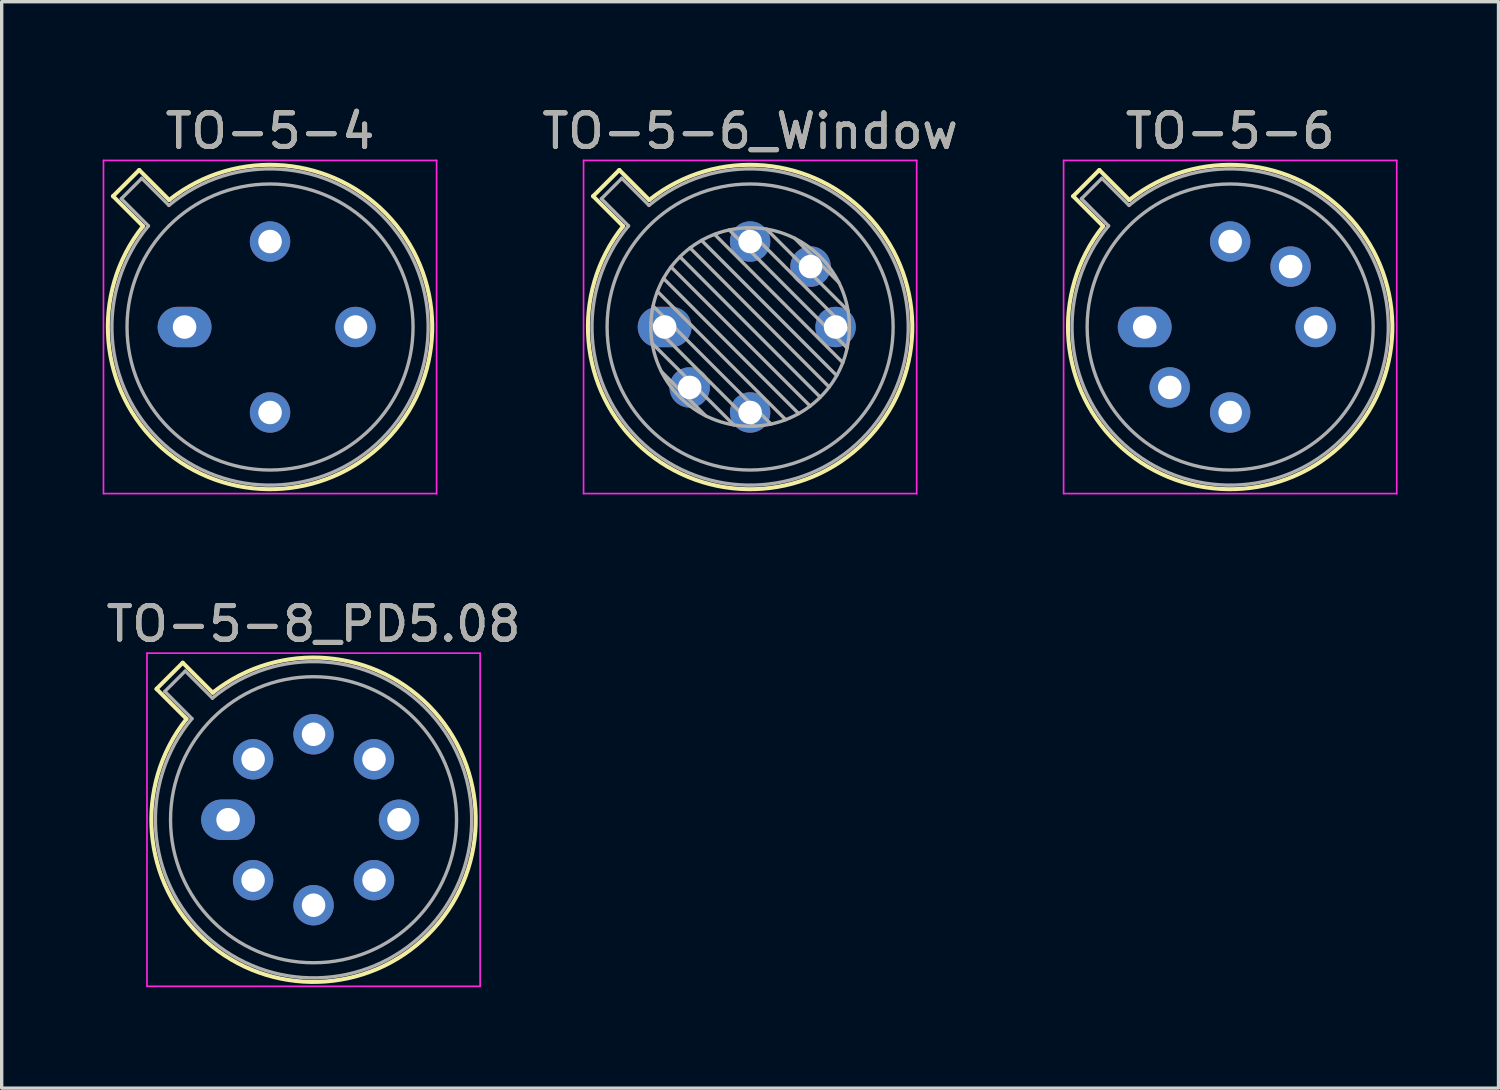
<source format=kicad_pcb>
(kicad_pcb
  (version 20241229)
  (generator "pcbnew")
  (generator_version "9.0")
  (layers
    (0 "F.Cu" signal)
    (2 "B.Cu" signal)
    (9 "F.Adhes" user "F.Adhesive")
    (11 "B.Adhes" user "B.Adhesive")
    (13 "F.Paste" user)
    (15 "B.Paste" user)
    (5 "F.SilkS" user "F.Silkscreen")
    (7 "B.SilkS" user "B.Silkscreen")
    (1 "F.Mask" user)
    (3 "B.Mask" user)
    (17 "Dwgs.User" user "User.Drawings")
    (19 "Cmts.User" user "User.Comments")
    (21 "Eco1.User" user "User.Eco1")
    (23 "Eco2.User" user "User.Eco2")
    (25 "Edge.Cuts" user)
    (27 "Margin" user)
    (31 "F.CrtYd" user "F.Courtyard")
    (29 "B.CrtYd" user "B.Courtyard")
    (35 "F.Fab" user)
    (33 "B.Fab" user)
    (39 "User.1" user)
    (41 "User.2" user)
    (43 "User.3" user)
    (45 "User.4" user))
  (footprint "TO-5-8_PD5.08"
    (layer "F.Cu")
    (at 3.728 21.311)
    (property "Reference" "TO-5-8_PD5.08" (at 2.54 -5.82 0) (layer "F.SilkS") (effects (font (size 1 1) (thickness 0.15))))
    (attr through_hole)
    (fp_line (start -2.126 -3.888) (end -1.235 -2.997) (stroke (width 0.12) (type solid)) (layer "F.SilkS"))
    (fp_line (start -1.348 -4.666) (end -2.126 -3.888) (stroke (width 0.12) (type solid)) (layer "F.SilkS"))
    (fp_line (start -0.457 -3.775) (end -1.348 -4.666) (stroke (width 0.12) (type solid)) (layer "F.SilkS"))
    (fp_arc (start -0.457084 -3.774902) (mid 5.948125 3.408384) (end -1.234674 -2.997371) (stroke (width 0.12) (type solid)) (layer "F.SilkS"))
    (fp_line (start -2.41 -4.95) (end -2.41 4.95) (stroke (width 0.05) (type solid)) (layer "F.CrtYd"))
    (fp_line (start -2.41 4.95) (end 7.49 4.95) (stroke (width 0.05) (type solid)) (layer "F.CrtYd"))
    (fp_line (start 7.49 -4.95) (end -2.41 -4.95) (stroke (width 0.05) (type solid)) (layer "F.CrtYd"))
    (fp_line (start 7.49 4.95) (end 7.49 -4.95) (stroke (width 0.05) (type solid)) (layer "F.CrtYd"))
    (fp_line (start -1.88 -3.812) (end -1.074 -3.005) (stroke (width 0.1) (type solid)) (layer "F.Fab"))
    (fp_line (start -1.272 -4.42) (end -1.88 -3.812) (stroke (width 0.1) (type solid)) (layer "F.Fab"))
    (fp_line (start -0.465 -3.614) (end -1.272 -4.42) (stroke (width 0.1) (type solid)) (layer "F.Fab"))
    (fp_arc (start -0.465408 -3.61352) (mid 5.863443 3.323361) (end -1.073594 -3.005319) (stroke (width 0.1) (type solid)) (layer "F.Fab"))
    (fp_circle (center 2.54 0) (end 6.79 0) (stroke (width 0.1) (type solid)) (fill no) (layer "F.Fab"))
    (fp_text user "${REFERENCE}" (at 2.54 -5.82 0) (layer "F.Fab") (effects (font (size 1 1) (thickness 0.15))))
    (pad "1" thru_hole oval (at 0 0) (size 1.6 1.2) (drill 0.7) (layers "*.Cu" "*.Mask"))
    (pad "2" thru_hole oval (at 0.744 1.796) (size 1.2 1.2) (drill 0.7) (layers "*.Cu" "*.Mask"))
    (pad "3" thru_hole oval (at 2.54 2.54) (size 1.2 1.2) (drill 0.7) (layers "*.Cu" "*.Mask"))
    (pad "4" thru_hole oval (at 4.336 1.796) (size 1.2 1.2) (drill 0.7) (layers "*.Cu" "*.Mask"))
    (pad "5" thru_hole oval (at 5.08 0) (size 1.2 1.2) (drill 0.7) (layers "*.Cu" "*.Mask"))
    (pad "6" thru_hole oval (at 4.336 -1.796) (size 1.2 1.2) (drill 0.7) (layers "*.Cu" "*.Mask"))
    (pad "7" thru_hole oval (at 2.54 -2.54) (size 1.2 1.2) (drill 0.7) (layers "*.Cu" "*.Mask"))
    (pad "8" thru_hole oval (at 0.744 -1.796) (size 1.2 1.2) (drill 0.7) (layers "*.Cu" "*.Mask")))
  (footprint "TO-5-6_Window"
    (layer "F.Cu")
    (at 16.702 6.668)
    (property "Reference" "TO-5-6_Window" (at 2.54 -5.82 0) (layer "F.SilkS") (effects (font (size 1 1) (thickness 0.15))))
    (attr through_hole)
    (fp_line (start -2.126 -3.888) (end -1.235 -2.997) (stroke (width 0.12) (type solid)) (layer "F.SilkS"))
    (fp_line (start -1.348 -4.666) (end -2.126 -3.888) (stroke (width 0.12) (type solid)) (layer "F.SilkS"))
    (fp_line (start -0.457 -3.775) (end -1.348 -4.666) (stroke (width 0.12) (type solid)) (layer "F.SilkS"))
    (fp_arc (start -0.457084 -3.774902) (mid 5.948125 3.408384) (end -1.234674 -2.997371) (stroke (width 0.12) (type solid)) (layer "F.SilkS"))
    (fp_line (start -2.41 -4.95) (end -2.41 4.95) (stroke (width 0.05) (type solid)) (layer "F.CrtYd"))
    (fp_line (start -2.41 4.95) (end 7.49 4.95) (stroke (width 0.05) (type solid)) (layer "F.CrtYd"))
    (fp_line (start 7.49 -4.95) (end -2.41 -4.95) (stroke (width 0.05) (type solid)) (layer "F.CrtYd"))
    (fp_line (start 7.49 4.95) (end 7.49 -4.95) (stroke (width 0.05) (type solid)) (layer "F.CrtYd"))
    (fp_line (start -1.88 -3.812) (end -1.074 -3.005) (stroke (width 0.1) (type solid)) (layer "F.Fab"))
    (fp_line (start -1.272 -4.42) (end -1.88 -3.812) (stroke (width 0.1) (type solid)) (layer "F.Fab"))
    (fp_line (start -0.465 -3.614) (end -1.272 -4.42) (stroke (width 0.1) (type solid)) (layer "F.Fab"))
    (fp_line (start -0.408 -0.12) (end 2.66 2.948) (stroke (width 0.1) (type solid)) (layer "F.Fab"))
    (fp_line (start -0.371 0.485) (end 2.055 2.911) (stroke (width 0.1) (type solid)) (layer "F.Fab"))
    (fp_line (start -0.344 -0.622) (end 3.162 2.884) (stroke (width 0.1) (type solid)) (layer "F.Fab"))
    (fp_line (start -0.215 -1.058) (end 3.598 2.755) (stroke (width 0.1) (type solid)) (layer "F.Fab"))
    (fp_line (start -0.097 1.324) (end 1.216 2.637) (stroke (width 0.1) (type solid)) (layer "F.Fab"))
    (fp_line (start -0.034 -1.443) (end 3.983 2.574) (stroke (width 0.1) (type solid)) (layer "F.Fab"))
    (fp_line (start 0.19 -1.784) (end 4.324 2.35) (stroke (width 0.1) (type solid)) (layer "F.Fab"))
    (fp_line (start 0.454 -2.086) (end 4.626 2.086) (stroke (width 0.1) (type solid)) (layer "F.Fab"))
    (fp_line (start 0.756 -2.35) (end 4.89 1.784) (stroke (width 0.1) (type solid)) (layer "F.Fab"))
    (fp_line (start 1.097 -2.574) (end 5.114 1.443) (stroke (width 0.1) (type solid)) (layer "F.Fab"))
    (fp_line (start 1.482 -2.755) (end 5.295 1.058) (stroke (width 0.1) (type solid)) (layer "F.Fab"))
    (fp_line (start 1.918 -2.884) (end 5.424 0.622) (stroke (width 0.1) (type solid)) (layer "F.Fab"))
    (fp_line (start 2.42 -2.948) (end 5.488 0.12) (stroke (width 0.1) (type solid)) (layer "F.Fab"))
    (fp_line (start 3.025 -2.911) (end 5.451 -0.485) (stroke (width 0.1) (type solid)) (layer "F.Fab"))
    (fp_line (start 3.864 -2.637) (end 5.177 -1.324) (stroke (width 0.1) (type solid)) (layer "F.Fab"))
    (fp_arc (start -0.465408 -3.61352) (mid 5.863443 3.323361) (end -1.073594 -3.005319) (stroke (width 0.1) (type solid)) (layer "F.Fab"))
    (fp_circle (center 2.54 0) (end 5.49 0) (stroke (width 0.1) (type solid)) (fill no) (layer "F.Fab"))
    (fp_circle (center 2.54 0) (end 6.79 0) (stroke (width 0.1) (type solid)) (fill no) (layer "F.Fab"))
    (fp_text user "${REFERENCE}" (at 2.54 -5.82 0) (layer "F.Fab") (effects (font (size 1 1) (thickness 0.15))))
    (pad "1" thru_hole oval (at 0 0) (size 1.6 1.2) (drill 0.7) (layers "*.Cu" "*.Mask"))
    (pad "2" thru_hole oval (at 0.744 1.796) (size 1.2 1.2) (drill 0.7) (layers "*.Cu" "*.Mask"))
    (pad "3" thru_hole oval (at 2.54 2.54) (size 1.2 1.2) (drill 0.7) (layers "*.Cu" "*.Mask"))
    (pad "4" thru_hole oval (at 5.08 0) (size 1.2 1.2) (drill 0.7) (layers "*.Cu" "*.Mask"))
    (pad "5" thru_hole oval (at 4.336 -1.796) (size 1.2 1.2) (drill 0.7) (layers "*.Cu" "*.Mask"))
    (pad "6" thru_hole oval (at 2.54 -2.54) (size 1.2 1.2) (drill 0.7) (layers "*.Cu" "*.Mask")))
  (footprint "TO-5-4"
    (layer "F.Cu")
    (at 2.435 6.668)
    (property "Reference" "TO-5-4" (at 2.54 -5.82 0) (layer "F.SilkS") (effects (font (size 1 1) (thickness 0.15))))
    (attr through_hole)
    (fp_line (start -2.126 -3.888) (end -1.235 -2.997) (stroke (width 0.12) (type solid)) (layer "F.SilkS"))
    (fp_line (start -1.348 -4.666) (end -2.126 -3.888) (stroke (width 0.12) (type solid)) (layer "F.SilkS"))
    (fp_line (start -0.457 -3.775) (end -1.348 -4.666) (stroke (width 0.12) (type solid)) (layer "F.SilkS"))
    (fp_arc (start -0.457084 -3.774902) (mid 5.948125 3.408384) (end -1.234674 -2.997371) (stroke (width 0.12) (type solid)) (layer "F.SilkS"))
    (fp_line (start -2.41 -4.95) (end -2.41 4.95) (stroke (width 0.05) (type solid)) (layer "F.CrtYd"))
    (fp_line (start -2.41 4.95) (end 7.49 4.95) (stroke (width 0.05) (type solid)) (layer "F.CrtYd"))
    (fp_line (start 7.49 -4.95) (end -2.41 -4.95) (stroke (width 0.05) (type solid)) (layer "F.CrtYd"))
    (fp_line (start 7.49 4.95) (end 7.49 -4.95) (stroke (width 0.05) (type solid)) (layer "F.CrtYd"))
    (fp_line (start -1.88 -3.812) (end -1.074 -3.005) (stroke (width 0.1) (type solid)) (layer "F.Fab"))
    (fp_line (start -1.272 -4.42) (end -1.88 -3.812) (stroke (width 0.1) (type solid)) (layer "F.Fab"))
    (fp_line (start -0.465 -3.614) (end -1.272 -4.42) (stroke (width 0.1) (type solid)) (layer "F.Fab"))
    (fp_arc (start -0.465408 -3.61352) (mid 5.863443 3.323361) (end -1.073594 -3.005319) (stroke (width 0.1) (type solid)) (layer "F.Fab"))
    (fp_circle (center 2.54 0) (end 6.79 0) (stroke (width 0.1) (type solid)) (fill no) (layer "F.Fab"))
    (fp_text user "${REFERENCE}" (at 2.54 -5.82 0) (layer "F.Fab") (effects (font (size 1 1) (thickness 0.15))))
    (pad "1" thru_hole oval (at 0 0) (size 1.6 1.2) (drill 0.7) (layers "*.Cu" "*.Mask"))
    (pad "2" thru_hole oval (at 2.54 2.54) (size 1.2 1.2) (drill 0.7) (layers "*.Cu" "*.Mask"))
    (pad "3" thru_hole oval (at 5.08 0) (size 1.2 1.2) (drill 0.7) (layers "*.Cu" "*.Mask"))
    (pad "4" thru_hole oval (at 2.54 -2.54) (size 1.2 1.2) (drill 0.7) (layers "*.Cu" "*.Mask")))
  (footprint "TO-5-6"
    (layer "F.Cu")
    (at 30.968 6.668)
    (property "Reference" "TO-5-6" (at 2.54 -5.82 0) (layer "F.SilkS") (effects (font (size 1 1) (thickness 0.15))))
    (attr through_hole)
    (fp_line (start -2.126 -3.888) (end -1.235 -2.997) (stroke (width 0.12) (type solid)) (layer "F.SilkS"))
    (fp_line (start -1.348 -4.666) (end -2.126 -3.888) (stroke (width 0.12) (type solid)) (layer "F.SilkS"))
    (fp_line (start -0.457 -3.775) (end -1.348 -4.666) (stroke (width 0.12) (type solid)) (layer "F.SilkS"))
    (fp_arc (start -0.457084 -3.774902) (mid 5.948125 3.408384) (end -1.234674 -2.997371) (stroke (width 0.12) (type solid)) (layer "F.SilkS"))
    (fp_line (start -2.41 -4.95) (end -2.41 4.95) (stroke (width 0.05) (type solid)) (layer "F.CrtYd"))
    (fp_line (start -2.41 4.95) (end 7.49 4.95) (stroke (width 0.05) (type solid)) (layer "F.CrtYd"))
    (fp_line (start 7.49 -4.95) (end -2.41 -4.95) (stroke (width 0.05) (type solid)) (layer "F.CrtYd"))
    (fp_line (start 7.49 4.95) (end 7.49 -4.95) (stroke (width 0.05) (type solid)) (layer "F.CrtYd"))
    (fp_line (start -1.88 -3.812) (end -1.074 -3.005) (stroke (width 0.1) (type solid)) (layer "F.Fab"))
    (fp_line (start -1.272 -4.42) (end -1.88 -3.812) (stroke (width 0.1) (type solid)) (layer "F.Fab"))
    (fp_line (start -0.465 -3.614) (end -1.272 -4.42) (stroke (width 0.1) (type solid)) (layer "F.Fab"))
    (fp_arc (start -0.465408 -3.61352) (mid 5.863443 3.323361) (end -1.073594 -3.005319) (stroke (width 0.1) (type solid)) (layer "F.Fab"))
    (fp_circle (center 2.54 0) (end 6.79 0) (stroke (width 0.1) (type solid)) (fill no) (layer "F.Fab"))
    (fp_text user "${REFERENCE}" (at 2.54 -5.82 0) (layer "F.Fab") (effects (font (size 1 1) (thickness 0.15))))
    (pad "1" thru_hole oval (at 0 0) (size 1.6 1.2) (drill 0.7) (layers "*.Cu" "*.Mask"))
    (pad "2" thru_hole oval (at 0.744 1.796) (size 1.2 1.2) (drill 0.7) (layers "*.Cu" "*.Mask"))
    (pad "3" thru_hole oval (at 2.54 2.54) (size 1.2 1.2) (drill 0.7) (layers "*.Cu" "*.Mask"))
    (pad "4" thru_hole oval (at 5.08 0) (size 1.2 1.2) (drill 0.7) (layers "*.Cu" "*.Mask"))
    (pad "5" thru_hole oval (at 4.336 -1.796) (size 1.2 1.2) (drill 0.7) (layers "*.Cu" "*.Mask"))
    (pad "6" thru_hole oval (at 2.54 -2.54) (size 1.2 1.2) (drill 0.7) (layers "*.Cu" "*.Mask")))
  (gr_rect
    (start -3 -3)
    (end 41.483 29.287)
    (stroke (width 0.1) (type default))
    (fill no)
    (layer "Edge.Cuts")))
</source>
